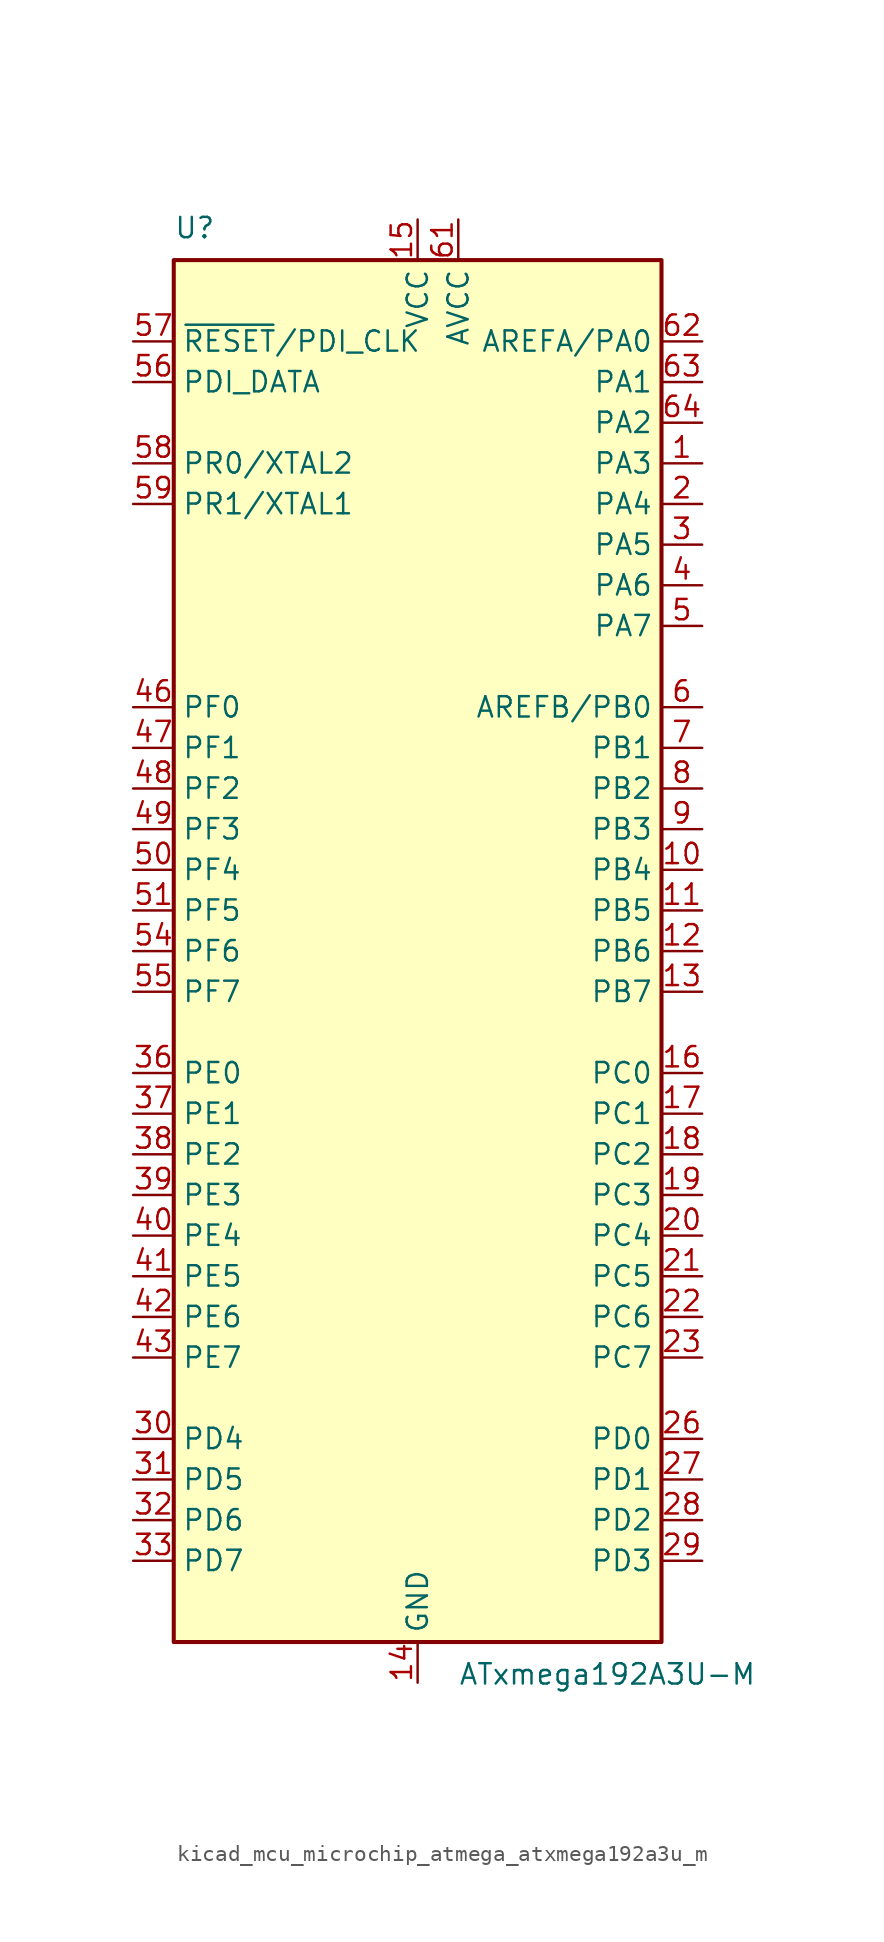
<source format=kicad_sym>
(kicad_symbol_lib
  (version 20220914)
  (generator kicad_symbol_editor)
  (symbol "kicad_mcu_microchip_atmega_atxmega192a3u_m"
    (property "Reference" "U"
      (at -15.24 44.45 0)
      (effects (font (size 1.27 1.27)) (justify left bottom)))
    (property "Value" "ATxmega192A3U-M"
      (at 2.54 -44.45 0)
      (effects (font (size 1.27 1.27)) (justify left top)))
    (symbol "kicad_mcu_microchip_atmega_atxmega192a3u_m_0_1"
      (rectangle (start -15.24 -43.18) (end 15.24 43.18) (stroke (width 0.254) (type default)) (fill (type background))))
    (symbol "kicad_mcu_microchip_atmega_atxmega192a3u_m_1_1"
      (pin bidirectional line (at 17.78 30.48 180) (length 2.54) (name "PA3" (effects (font (size 1.27 1.27)))) (number "1" (effects (font (size 1.27 1.27)))))
      (pin bidirectional line (at 17.78 5.08 180) (length 2.54) (name "PB4" (effects (font (size 1.27 1.27)))) (number "10" (effects (font (size 1.27 1.27)))))
      (pin bidirectional line (at 17.78 2.54 180) (length 2.54) (name "PB5" (effects (font (size 1.27 1.27)))) (number "11" (effects (font (size 1.27 1.27)))))
      (pin bidirectional line (at 17.78 0 180) (length 2.54) (name "PB6" (effects (font (size 1.27 1.27)))) (number "12" (effects (font (size 1.27 1.27)))))
      (pin bidirectional line (at 17.78 -2.54 180) (length 2.54) (name "PB7" (effects (font (size 1.27 1.27)))) (number "13" (effects (font (size 1.27 1.27)))))
      (pin power_in line (at 0 -45.72 90) (length 2.54) (name "GND" (effects (font (size 1.27 1.27)))) (number "14" (effects (font (size 1.27 1.27)))))
      (pin power_in line (at 0 45.72 270) (length 2.54) (name "VCC" (effects (font (size 1.27 1.27)))) (number "15" (effects (font (size 1.27 1.27)))))
      (pin bidirectional line (at 17.78 -7.62 180) (length 2.54) (name "PC0" (effects (font (size 1.27 1.27)))) (number "16" (effects (font (size 1.27 1.27)))))
      (pin bidirectional line (at 17.78 -10.16 180) (length 2.54) (name "PC1" (effects (font (size 1.27 1.27)))) (number "17" (effects (font (size 1.27 1.27)))))
      (pin bidirectional line (at 17.78 -12.7 180) (length 2.54) (name "PC2" (effects (font (size 1.27 1.27)))) (number "18" (effects (font (size 1.27 1.27)))))
      (pin bidirectional line (at 17.78 -15.24 180) (length 2.54) (name "PC3" (effects (font (size 1.27 1.27)))) (number "19" (effects (font (size 1.27 1.27)))))
      (pin bidirectional line (at 17.78 27.94 180) (length 2.54) (name "PA4" (effects (font (size 1.27 1.27)))) (number "2" (effects (font (size 1.27 1.27)))))
      (pin bidirectional line (at 17.78 -17.78 180) (length 2.54) (name "PC4" (effects (font (size 1.27 1.27)))) (number "20" (effects (font (size 1.27 1.27)))))
      (pin bidirectional line (at 17.78 -20.32 180) (length 2.54) (name "PC5" (effects (font (size 1.27 1.27)))) (number "21" (effects (font (size 1.27 1.27)))))
      (pin bidirectional line (at 17.78 -22.86 180) (length 2.54) (name "PC6" (effects (font (size 1.27 1.27)))) (number "22" (effects (font (size 1.27 1.27)))))
      (pin bidirectional line (at 17.78 -25.4 180) (length 2.54) (name "PC7" (effects (font (size 1.27 1.27)))) (number "23" (effects (font (size 1.27 1.27)))))
      (pin passive line (at 0 -45.72 90) (length 2.54) hide (name "GND" (effects (font (size 1.27 1.27)))) (number "24" (effects (font (size 1.27 1.27)))))
      (pin passive line (at 0 45.72 270) (length 2.54) hide (name "VCC" (effects (font (size 1.27 1.27)))) (number "25" (effects (font (size 1.27 1.27)))))
      (pin bidirectional line (at 17.78 -30.48 180) (length 2.54) (name "PD0" (effects (font (size 1.27 1.27)))) (number "26" (effects (font (size 1.27 1.27)))))
      (pin bidirectional line (at 17.78 -33.02 180) (length 2.54) (name "PD1" (effects (font (size 1.27 1.27)))) (number "27" (effects (font (size 1.27 1.27)))))
      (pin bidirectional line (at 17.78 -35.56 180) (length 2.54) (name "PD2" (effects (font (size 1.27 1.27)))) (number "28" (effects (font (size 1.27 1.27)))))
      (pin bidirectional line (at 17.78 -38.1 180) (length 2.54) (name "PD3" (effects (font (size 1.27 1.27)))) (number "29" (effects (font (size 1.27 1.27)))))
      (pin bidirectional line (at 17.78 25.4 180) (length 2.54) (name "PA5" (effects (font (size 1.27 1.27)))) (number "3" (effects (font (size 1.27 1.27)))))
      (pin bidirectional line (at -17.78 -30.48 0) (length 2.54) (name "PD4" (effects (font (size 1.27 1.27)))) (number "30" (effects (font (size 1.27 1.27)))))
      (pin bidirectional line (at -17.78 -33.02 0) (length 2.54) (name "PD5" (effects (font (size 1.27 1.27)))) (number "31" (effects (font (size 1.27 1.27)))))
      (pin bidirectional line (at -17.78 -35.56 0) (length 2.54) (name "PD6" (effects (font (size 1.27 1.27)))) (number "32" (effects (font (size 1.27 1.27)))))
      (pin bidirectional line (at -17.78 -38.1 0) (length 2.54) (name "PD7" (effects (font (size 1.27 1.27)))) (number "33" (effects (font (size 1.27 1.27)))))
      (pin passive line (at 0 -45.72 90) (length 2.54) hide (name "GND" (effects (font (size 1.27 1.27)))) (number "34" (effects (font (size 1.27 1.27)))))
      (pin passive line (at 0 45.72 270) (length 2.54) hide (name "VCC" (effects (font (size 1.27 1.27)))) (number "35" (effects (font (size 1.27 1.27)))))
      (pin bidirectional line (at -17.78 -7.62 0) (length 2.54) (name "PE0" (effects (font (size 1.27 1.27)))) (number "36" (effects (font (size 1.27 1.27)))))
      (pin bidirectional line (at -17.78 -10.16 0) (length 2.54) (name "PE1" (effects (font (size 1.27 1.27)))) (number "37" (effects (font (size 1.27 1.27)))))
      (pin bidirectional line (at -17.78 -12.7 0) (length 2.54) (name "PE2" (effects (font (size 1.27 1.27)))) (number "38" (effects (font (size 1.27 1.27)))))
      (pin bidirectional line (at -17.78 -15.24 0) (length 2.54) (name "PE3" (effects (font (size 1.27 1.27)))) (number "39" (effects (font (size 1.27 1.27)))))
      (pin bidirectional line (at 17.78 22.86 180) (length 2.54) (name "PA6" (effects (font (size 1.27 1.27)))) (number "4" (effects (font (size 1.27 1.27)))))
      (pin bidirectional line (at -17.78 -17.78 0) (length 2.54) (name "PE4" (effects (font (size 1.27 1.27)))) (number "40" (effects (font (size 1.27 1.27)))))
      (pin bidirectional line (at -17.78 -20.32 0) (length 2.54) (name "PE5" (effects (font (size 1.27 1.27)))) (number "41" (effects (font (size 1.27 1.27)))))
      (pin bidirectional line (at -17.78 -22.86 0) (length 2.54) (name "PE6" (effects (font (size 1.27 1.27)))) (number "42" (effects (font (size 1.27 1.27)))))
      (pin bidirectional line (at -17.78 -25.4 0) (length 2.54) (name "PE7" (effects (font (size 1.27 1.27)))) (number "43" (effects (font (size 1.27 1.27)))))
      (pin passive line (at 0 -45.72 90) (length 2.54) hide (name "GND" (effects (font (size 1.27 1.27)))) (number "44" (effects (font (size 1.27 1.27)))))
      (pin passive line (at 0 45.72 270) (length 2.54) hide (name "VCC" (effects (font (size 1.27 1.27)))) (number "45" (effects (font (size 1.27 1.27)))))
      (pin bidirectional line (at -17.78 15.24 0) (length 2.54) (name "PF0" (effects (font (size 1.27 1.27)))) (number "46" (effects (font (size 1.27 1.27)))))
      (pin bidirectional line (at -17.78 12.7 0) (length 2.54) (name "PF1" (effects (font (size 1.27 1.27)))) (number "47" (effects (font (size 1.27 1.27)))))
      (pin bidirectional line (at -17.78 10.16 0) (length 2.54) (name "PF2" (effects (font (size 1.27 1.27)))) (number "48" (effects (font (size 1.27 1.27)))))
      (pin bidirectional line (at -17.78 7.62 0) (length 2.54) (name "PF3" (effects (font (size 1.27 1.27)))) (number "49" (effects (font (size 1.27 1.27)))))
      (pin bidirectional line (at 17.78 20.32 180) (length 2.54) (name "PA7" (effects (font (size 1.27 1.27)))) (number "5" (effects (font (size 1.27 1.27)))))
      (pin bidirectional line (at -17.78 5.08 0) (length 2.54) (name "PF4" (effects (font (size 1.27 1.27)))) (number "50" (effects (font (size 1.27 1.27)))))
      (pin bidirectional line (at -17.78 2.54 0) (length 2.54) (name "PF5" (effects (font (size 1.27 1.27)))) (number "51" (effects (font (size 1.27 1.27)))))
      (pin passive line (at 0 -45.72 90) (length 2.54) hide (name "GND" (effects (font (size 1.27 1.27)))) (number "52" (effects (font (size 1.27 1.27)))))
      (pin passive line (at 0 45.72 270) (length 2.54) hide (name "VCC" (effects (font (size 1.27 1.27)))) (number "53" (effects (font (size 1.27 1.27)))))
      (pin bidirectional line (at -17.78 0 0) (length 2.54) (name "PF6" (effects (font (size 1.27 1.27)))) (number "54" (effects (font (size 1.27 1.27)))))
      (pin bidirectional line (at -17.78 -2.54 0) (length 2.54) (name "PF7" (effects (font (size 1.27 1.27)))) (number "55" (effects (font (size 1.27 1.27)))))
      (pin bidirectional line (at -17.78 35.56 0) (length 2.54) (name "PDI_DATA" (effects (font (size 1.27 1.27)))) (number "56" (effects (font (size 1.27 1.27)))))
      (pin input line (at -17.78 38.1 0) (length 2.54) (name "~{RESET}/PDI_CLK" (effects (font (size 1.27 1.27)))) (number "57" (effects (font (size 1.27 1.27)))))
      (pin bidirectional line (at -17.78 30.48 0) (length 2.54) (name "PR0/XTAL2" (effects (font (size 1.27 1.27)))) (number "58" (effects (font (size 1.27 1.27)))))
      (pin bidirectional line (at -17.78 27.94 0) (length 2.54) (name "PR1/XTAL1" (effects (font (size 1.27 1.27)))) (number "59" (effects (font (size 1.27 1.27)))))
      (pin bidirectional line (at 17.78 15.24 180) (length 2.54) (name "AREFB/PB0" (effects (font (size 1.27 1.27)))) (number "6" (effects (font (size 1.27 1.27)))))
      (pin passive line (at 0 -45.72 90) (length 2.54) hide (name "GND" (effects (font (size 1.27 1.27)))) (number "60" (effects (font (size 1.27 1.27)))))
      (pin power_in line (at 2.54 45.72 270) (length 2.54) (name "AVCC" (effects (font (size 1.27 1.27)))) (number "61" (effects (font (size 1.27 1.27)))))
      (pin bidirectional line (at 17.78 38.1 180) (length 2.54) (name "AREFA/PA0" (effects (font (size 1.27 1.27)))) (number "62" (effects (font (size 1.27 1.27)))))
      (pin bidirectional line (at 17.78 35.56 180) (length 2.54) (name "PA1" (effects (font (size 1.27 1.27)))) (number "63" (effects (font (size 1.27 1.27)))))
      (pin bidirectional line (at 17.78 33.02 180) (length 2.54) (name "PA2" (effects (font (size 1.27 1.27)))) (number "64" (effects (font (size 1.27 1.27)))))
      (pin passive line (at 0 -45.72 90) (length 2.54) hide (name "GND" (effects (font (size 1.27 1.27)))) (number "65" (effects (font (size 1.27 1.27)))))
      (pin bidirectional line (at 17.78 12.7 180) (length 2.54) (name "PB1" (effects (font (size 1.27 1.27)))) (number "7" (effects (font (size 1.27 1.27)))))
      (pin bidirectional line (at 17.78 10.16 180) (length 2.54) (name "PB2" (effects (font (size 1.27 1.27)))) (number "8" (effects (font (size 1.27 1.27)))))
      (pin bidirectional line (at 17.78 7.62 180) (length 2.54) (name "PB3" (effects (font (size 1.27 1.27)))) (number "9" (effects (font (size 1.27 1.27))))))))
</source>
